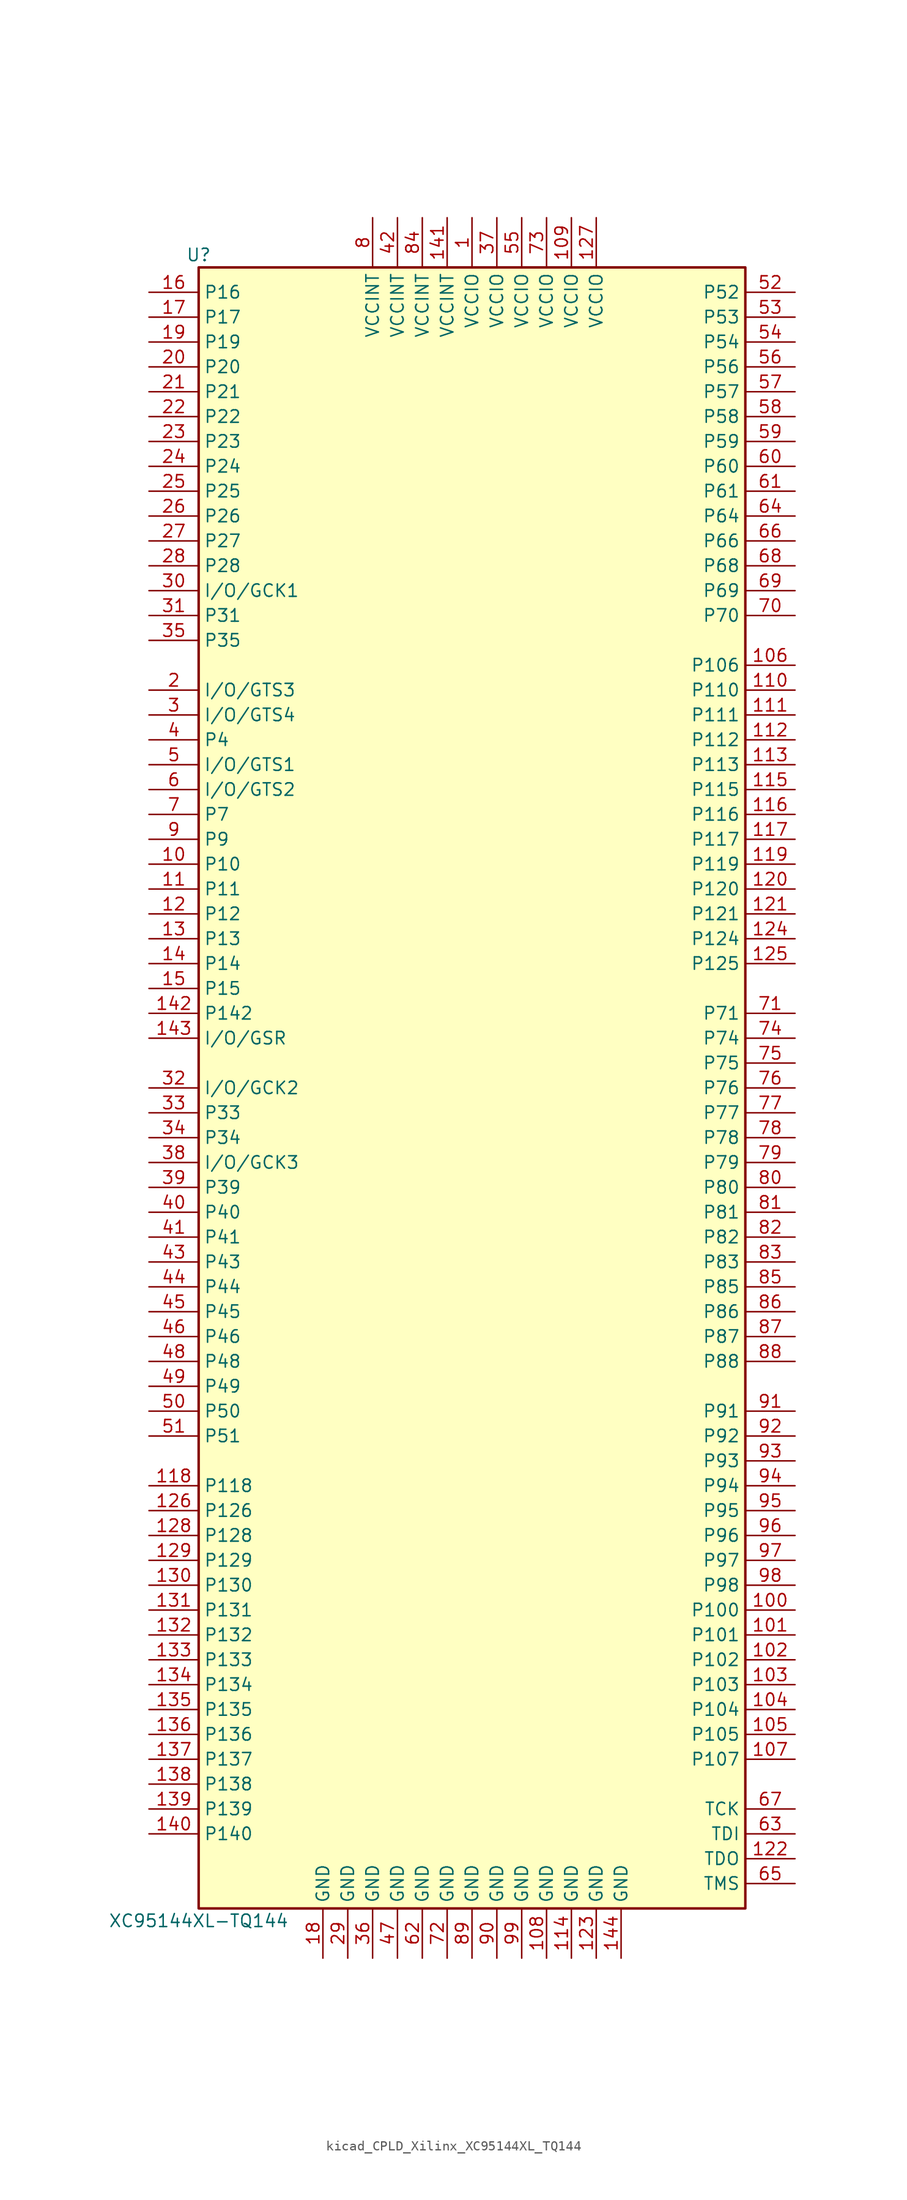
<source format=kicad_sym>
(kicad_symbol_lib
  (version 20220914)
  (generator kicad_symbol_editor)
  (symbol "kicad_CPLD_Xilinx_XC95144XL_TQ144"
    (property "Reference" "U"
      (at -27.94 85.09 0)
      (effects (font (size 1.27 1.27))))
    (property "Value" "XC95144XL-TQ144"
      (at -27.94 -85.09 0)
      (effects (font (size 1.27 1.27))))
    (symbol "kicad_CPLD_Xilinx_XC95144XL_TQ144_1_1"
      (rectangle (start -27.94 83.82) (end 27.94 -83.82) (stroke (width 0.254) (type default)) (fill (type background)))
      (pin power_in line (at 0 88.9 270) (length 5.08) (name "VCCIO" (effects (font (size 1.27 1.27)))) (number "1" (effects (font (size 1.27 1.27)))))
      (pin bidirectional line (at -33.02 22.86 0) (length 5.08) (name "P10" (effects (font (size 1.27 1.27)))) (number "10" (effects (font (size 1.27 1.27)))))
      (pin bidirectional line (at 33.02 -53.34 180) (length 5.08) (name "P100" (effects (font (size 1.27 1.27)))) (number "100" (effects (font (size 1.27 1.27)))))
      (pin bidirectional line (at 33.02 -55.88 180) (length 5.08) (name "P101" (effects (font (size 1.27 1.27)))) (number "101" (effects (font (size 1.27 1.27)))))
      (pin bidirectional line (at 33.02 -58.42 180) (length 5.08) (name "P102" (effects (font (size 1.27 1.27)))) (number "102" (effects (font (size 1.27 1.27)))))
      (pin bidirectional line (at 33.02 -60.96 180) (length 5.08) (name "P103" (effects (font (size 1.27 1.27)))) (number "103" (effects (font (size 1.27 1.27)))))
      (pin bidirectional line (at 33.02 -63.5 180) (length 5.08) (name "P104" (effects (font (size 1.27 1.27)))) (number "104" (effects (font (size 1.27 1.27)))))
      (pin bidirectional line (at 33.02 -66.04 180) (length 5.08) (name "P105" (effects (font (size 1.27 1.27)))) (number "105" (effects (font (size 1.27 1.27)))))
      (pin bidirectional line (at 33.02 43.18 180) (length 5.08) (name "P106" (effects (font (size 1.27 1.27)))) (number "106" (effects (font (size 1.27 1.27)))))
      (pin bidirectional line (at 33.02 -68.58 180) (length 5.08) (name "P107" (effects (font (size 1.27 1.27)))) (number "107" (effects (font (size 1.27 1.27)))))
      (pin power_in line (at 7.62 -88.9 90) (length 5.08) (name "GND" (effects (font (size 1.27 1.27)))) (number "108" (effects (font (size 1.27 1.27)))))
      (pin power_in line (at 10.16 88.9 270) (length 5.08) (name "VCCIO" (effects (font (size 1.27 1.27)))) (number "109" (effects (font (size 1.27 1.27)))))
      (pin bidirectional line (at -33.02 20.32 0) (length 5.08) (name "P11" (effects (font (size 1.27 1.27)))) (number "11" (effects (font (size 1.27 1.27)))))
      (pin bidirectional line (at 33.02 40.64 180) (length 5.08) (name "P110" (effects (font (size 1.27 1.27)))) (number "110" (effects (font (size 1.27 1.27)))))
      (pin bidirectional line (at 33.02 38.1 180) (length 5.08) (name "P111" (effects (font (size 1.27 1.27)))) (number "111" (effects (font (size 1.27 1.27)))))
      (pin bidirectional line (at 33.02 35.56 180) (length 5.08) (name "P112" (effects (font (size 1.27 1.27)))) (number "112" (effects (font (size 1.27 1.27)))))
      (pin bidirectional line (at 33.02 33.02 180) (length 5.08) (name "P113" (effects (font (size 1.27 1.27)))) (number "113" (effects (font (size 1.27 1.27)))))
      (pin power_in line (at 10.16 -88.9 90) (length 5.08) (name "GND" (effects (font (size 1.27 1.27)))) (number "114" (effects (font (size 1.27 1.27)))))
      (pin bidirectional line (at 33.02 30.48 180) (length 5.08) (name "P115" (effects (font (size 1.27 1.27)))) (number "115" (effects (font (size 1.27 1.27)))))
      (pin bidirectional line (at 33.02 27.94 180) (length 5.08) (name "P116" (effects (font (size 1.27 1.27)))) (number "116" (effects (font (size 1.27 1.27)))))
      (pin bidirectional line (at 33.02 25.4 180) (length 5.08) (name "P117" (effects (font (size 1.27 1.27)))) (number "117" (effects (font (size 1.27 1.27)))))
      (pin bidirectional line (at -33.02 -40.64 0) (length 5.08) (name "P118" (effects (font (size 1.27 1.27)))) (number "118" (effects (font (size 1.27 1.27)))))
      (pin bidirectional line (at 33.02 22.86 180) (length 5.08) (name "P119" (effects (font (size 1.27 1.27)))) (number "119" (effects (font (size 1.27 1.27)))))
      (pin bidirectional line (at -33.02 17.78 0) (length 5.08) (name "P12" (effects (font (size 1.27 1.27)))) (number "12" (effects (font (size 1.27 1.27)))))
      (pin bidirectional line (at 33.02 20.32 180) (length 5.08) (name "P120" (effects (font (size 1.27 1.27)))) (number "120" (effects (font (size 1.27 1.27)))))
      (pin bidirectional line (at 33.02 17.78 180) (length 5.08) (name "P121" (effects (font (size 1.27 1.27)))) (number "121" (effects (font (size 1.27 1.27)))))
      (pin bidirectional line (at 33.02 -78.74 180) (length 5.08) (name "TDO" (effects (font (size 1.27 1.27)))) (number "122" (effects (font (size 1.27 1.27)))))
      (pin power_in line (at 12.7 -88.9 90) (length 5.08) (name "GND" (effects (font (size 1.27 1.27)))) (number "123" (effects (font (size 1.27 1.27)))))
      (pin bidirectional line (at 33.02 15.24 180) (length 5.08) (name "P124" (effects (font (size 1.27 1.27)))) (number "124" (effects (font (size 1.27 1.27)))))
      (pin bidirectional line (at 33.02 12.7 180) (length 5.08) (name "P125" (effects (font (size 1.27 1.27)))) (number "125" (effects (font (size 1.27 1.27)))))
      (pin bidirectional line (at -33.02 -43.18 0) (length 5.08) (name "P126" (effects (font (size 1.27 1.27)))) (number "126" (effects (font (size 1.27 1.27)))))
      (pin power_in line (at 12.7 88.9 270) (length 5.08) (name "VCCIO" (effects (font (size 1.27 1.27)))) (number "127" (effects (font (size 1.27 1.27)))))
      (pin bidirectional line (at -33.02 -45.72 0) (length 5.08) (name "P128" (effects (font (size 1.27 1.27)))) (number "128" (effects (font (size 1.27 1.27)))))
      (pin bidirectional line (at -33.02 -48.26 0) (length 5.08) (name "P129" (effects (font (size 1.27 1.27)))) (number "129" (effects (font (size 1.27 1.27)))))
      (pin bidirectional line (at -33.02 15.24 0) (length 5.08) (name "P13" (effects (font (size 1.27 1.27)))) (number "13" (effects (font (size 1.27 1.27)))))
      (pin bidirectional line (at -33.02 -50.8 0) (length 5.08) (name "P130" (effects (font (size 1.27 1.27)))) (number "130" (effects (font (size 1.27 1.27)))))
      (pin bidirectional line (at -33.02 -53.34 0) (length 5.08) (name "P131" (effects (font (size 1.27 1.27)))) (number "131" (effects (font (size 1.27 1.27)))))
      (pin bidirectional line (at -33.02 -55.88 0) (length 5.08) (name "P132" (effects (font (size 1.27 1.27)))) (number "132" (effects (font (size 1.27 1.27)))))
      (pin bidirectional line (at -33.02 -58.42 0) (length 5.08) (name "P133" (effects (font (size 1.27 1.27)))) (number "133" (effects (font (size 1.27 1.27)))))
      (pin bidirectional line (at -33.02 -60.96 0) (length 5.08) (name "P134" (effects (font (size 1.27 1.27)))) (number "134" (effects (font (size 1.27 1.27)))))
      (pin bidirectional line (at -33.02 -63.5 0) (length 5.08) (name "P135" (effects (font (size 1.27 1.27)))) (number "135" (effects (font (size 1.27 1.27)))))
      (pin bidirectional line (at -33.02 -66.04 0) (length 5.08) (name "P136" (effects (font (size 1.27 1.27)))) (number "136" (effects (font (size 1.27 1.27)))))
      (pin bidirectional line (at -33.02 -68.58 0) (length 5.08) (name "P137" (effects (font (size 1.27 1.27)))) (number "137" (effects (font (size 1.27 1.27)))))
      (pin bidirectional line (at -33.02 -71.12 0) (length 5.08) (name "P138" (effects (font (size 1.27 1.27)))) (number "138" (effects (font (size 1.27 1.27)))))
      (pin bidirectional line (at -33.02 -73.66 0) (length 5.08) (name "P139" (effects (font (size 1.27 1.27)))) (number "139" (effects (font (size 1.27 1.27)))))
      (pin bidirectional line (at -33.02 12.7 0) (length 5.08) (name "P14" (effects (font (size 1.27 1.27)))) (number "14" (effects (font (size 1.27 1.27)))))
      (pin bidirectional line (at -33.02 -76.2 0) (length 5.08) (name "P140" (effects (font (size 1.27 1.27)))) (number "140" (effects (font (size 1.27 1.27)))))
      (pin power_in line (at -2.54 88.9 270) (length 5.08) (name "VCCINT" (effects (font (size 1.27 1.27)))) (number "141" (effects (font (size 1.27 1.27)))))
      (pin bidirectional line (at -33.02 7.62 0) (length 5.08) (name "P142" (effects (font (size 1.27 1.27)))) (number "142" (effects (font (size 1.27 1.27)))))
      (pin bidirectional line (at -33.02 5.08 0) (length 5.08) (name "I/O/GSR" (effects (font (size 1.27 1.27)))) (number "143" (effects (font (size 1.27 1.27)))))
      (pin power_in line (at 15.24 -88.9 90) (length 5.08) (name "GND" (effects (font (size 1.27 1.27)))) (number "144" (effects (font (size 1.27 1.27)))))
      (pin bidirectional line (at -33.02 10.16 0) (length 5.08) (name "P15" (effects (font (size 1.27 1.27)))) (number "15" (effects (font (size 1.27 1.27)))))
      (pin bidirectional line (at -33.02 81.28 0) (length 5.08) (name "P16" (effects (font (size 1.27 1.27)))) (number "16" (effects (font (size 1.27 1.27)))))
      (pin bidirectional line (at -33.02 78.74 0) (length 5.08) (name "P17" (effects (font (size 1.27 1.27)))) (number "17" (effects (font (size 1.27 1.27)))))
      (pin power_in line (at -15.24 -88.9 90) (length 5.08) (name "GND" (effects (font (size 1.27 1.27)))) (number "18" (effects (font (size 1.27 1.27)))))
      (pin bidirectional line (at -33.02 76.2 0) (length 5.08) (name "P19" (effects (font (size 1.27 1.27)))) (number "19" (effects (font (size 1.27 1.27)))))
      (pin bidirectional line (at -33.02 40.64 0) (length 5.08) (name "I/O/GTS3" (effects (font (size 1.27 1.27)))) (number "2" (effects (font (size 1.27 1.27)))))
      (pin bidirectional line (at -33.02 73.66 0) (length 5.08) (name "P20" (effects (font (size 1.27 1.27)))) (number "20" (effects (font (size 1.27 1.27)))))
      (pin bidirectional line (at -33.02 71.12 0) (length 5.08) (name "P21" (effects (font (size 1.27 1.27)))) (number "21" (effects (font (size 1.27 1.27)))))
      (pin bidirectional line (at -33.02 68.58 0) (length 5.08) (name "P22" (effects (font (size 1.27 1.27)))) (number "22" (effects (font (size 1.27 1.27)))))
      (pin bidirectional line (at -33.02 66.04 0) (length 5.08) (name "P23" (effects (font (size 1.27 1.27)))) (number "23" (effects (font (size 1.27 1.27)))))
      (pin bidirectional line (at -33.02 63.5 0) (length 5.08) (name "P24" (effects (font (size 1.27 1.27)))) (number "24" (effects (font (size 1.27 1.27)))))
      (pin bidirectional line (at -33.02 60.96 0) (length 5.08) (name "P25" (effects (font (size 1.27 1.27)))) (number "25" (effects (font (size 1.27 1.27)))))
      (pin bidirectional line (at -33.02 58.42 0) (length 5.08) (name "P26" (effects (font (size 1.27 1.27)))) (number "26" (effects (font (size 1.27 1.27)))))
      (pin bidirectional line (at -33.02 55.88 0) (length 5.08) (name "P27" (effects (font (size 1.27 1.27)))) (number "27" (effects (font (size 1.27 1.27)))))
      (pin bidirectional line (at -33.02 53.34 0) (length 5.08) (name "P28" (effects (font (size 1.27 1.27)))) (number "28" (effects (font (size 1.27 1.27)))))
      (pin power_in line (at -12.7 -88.9 90) (length 5.08) (name "GND" (effects (font (size 1.27 1.27)))) (number "29" (effects (font (size 1.27 1.27)))))
      (pin bidirectional line (at -33.02 38.1 0) (length 5.08) (name "I/O/GTS4" (effects (font (size 1.27 1.27)))) (number "3" (effects (font (size 1.27 1.27)))))
      (pin bidirectional line (at -33.02 50.8 0) (length 5.08) (name "I/O/GCK1" (effects (font (size 1.27 1.27)))) (number "30" (effects (font (size 1.27 1.27)))))
      (pin bidirectional line (at -33.02 48.26 0) (length 5.08) (name "P31" (effects (font (size 1.27 1.27)))) (number "31" (effects (font (size 1.27 1.27)))))
      (pin bidirectional line (at -33.02 0 0) (length 5.08) (name "I/O/GCK2" (effects (font (size 1.27 1.27)))) (number "32" (effects (font (size 1.27 1.27)))))
      (pin bidirectional line (at -33.02 -2.54 0) (length 5.08) (name "P33" (effects (font (size 1.27 1.27)))) (number "33" (effects (font (size 1.27 1.27)))))
      (pin bidirectional line (at -33.02 -5.08 0) (length 5.08) (name "P34" (effects (font (size 1.27 1.27)))) (number "34" (effects (font (size 1.27 1.27)))))
      (pin bidirectional line (at -33.02 45.72 0) (length 5.08) (name "P35" (effects (font (size 1.27 1.27)))) (number "35" (effects (font (size 1.27 1.27)))))
      (pin power_in line (at -10.16 -88.9 90) (length 5.08) (name "GND" (effects (font (size 1.27 1.27)))) (number "36" (effects (font (size 1.27 1.27)))))
      (pin power_in line (at 2.54 88.9 270) (length 5.08) (name "VCCIO" (effects (font (size 1.27 1.27)))) (number "37" (effects (font (size 1.27 1.27)))))
      (pin bidirectional line (at -33.02 -7.62 0) (length 5.08) (name "I/O/GCK3" (effects (font (size 1.27 1.27)))) (number "38" (effects (font (size 1.27 1.27)))))
      (pin bidirectional line (at -33.02 -10.16 0) (length 5.08) (name "P39" (effects (font (size 1.27 1.27)))) (number "39" (effects (font (size 1.27 1.27)))))
      (pin bidirectional line (at -33.02 35.56 0) (length 5.08) (name "P4" (effects (font (size 1.27 1.27)))) (number "4" (effects (font (size 1.27 1.27)))))
      (pin bidirectional line (at -33.02 -12.7 0) (length 5.08) (name "P40" (effects (font (size 1.27 1.27)))) (number "40" (effects (font (size 1.27 1.27)))))
      (pin bidirectional line (at -33.02 -15.24 0) (length 5.08) (name "P41" (effects (font (size 1.27 1.27)))) (number "41" (effects (font (size 1.27 1.27)))))
      (pin power_in line (at -7.62 88.9 270) (length 5.08) (name "VCCINT" (effects (font (size 1.27 1.27)))) (number "42" (effects (font (size 1.27 1.27)))))
      (pin bidirectional line (at -33.02 -17.78 0) (length 5.08) (name "P43" (effects (font (size 1.27 1.27)))) (number "43" (effects (font (size 1.27 1.27)))))
      (pin bidirectional line (at -33.02 -20.32 0) (length 5.08) (name "P44" (effects (font (size 1.27 1.27)))) (number "44" (effects (font (size 1.27 1.27)))))
      (pin bidirectional line (at -33.02 -22.86 0) (length 5.08) (name "P45" (effects (font (size 1.27 1.27)))) (number "45" (effects (font (size 1.27 1.27)))))
      (pin bidirectional line (at -33.02 -25.4 0) (length 5.08) (name "P46" (effects (font (size 1.27 1.27)))) (number "46" (effects (font (size 1.27 1.27)))))
      (pin power_in line (at -7.62 -88.9 90) (length 5.08) (name "GND" (effects (font (size 1.27 1.27)))) (number "47" (effects (font (size 1.27 1.27)))))
      (pin bidirectional line (at -33.02 -27.94 0) (length 5.08) (name "P48" (effects (font (size 1.27 1.27)))) (number "48" (effects (font (size 1.27 1.27)))))
      (pin bidirectional line (at -33.02 -30.48 0) (length 5.08) (name "P49" (effects (font (size 1.27 1.27)))) (number "49" (effects (font (size 1.27 1.27)))))
      (pin bidirectional line (at -33.02 33.02 0) (length 5.08) (name "I/O/GTS1" (effects (font (size 1.27 1.27)))) (number "5" (effects (font (size 1.27 1.27)))))
      (pin bidirectional line (at -33.02 -33.02 0) (length 5.08) (name "P50" (effects (font (size 1.27 1.27)))) (number "50" (effects (font (size 1.27 1.27)))))
      (pin bidirectional line (at -33.02 -35.56 0) (length 5.08) (name "P51" (effects (font (size 1.27 1.27)))) (number "51" (effects (font (size 1.27 1.27)))))
      (pin bidirectional line (at 33.02 81.28 180) (length 5.08) (name "P52" (effects (font (size 1.27 1.27)))) (number "52" (effects (font (size 1.27 1.27)))))
      (pin bidirectional line (at 33.02 78.74 180) (length 5.08) (name "P53" (effects (font (size 1.27 1.27)))) (number "53" (effects (font (size 1.27 1.27)))))
      (pin bidirectional line (at 33.02 76.2 180) (length 5.08) (name "P54" (effects (font (size 1.27 1.27)))) (number "54" (effects (font (size 1.27 1.27)))))
      (pin power_in line (at 5.08 88.9 270) (length 5.08) (name "VCCIO" (effects (font (size 1.27 1.27)))) (number "55" (effects (font (size 1.27 1.27)))))
      (pin bidirectional line (at 33.02 73.66 180) (length 5.08) (name "P56" (effects (font (size 1.27 1.27)))) (number "56" (effects (font (size 1.27 1.27)))))
      (pin bidirectional line (at 33.02 71.12 180) (length 5.08) (name "P57" (effects (font (size 1.27 1.27)))) (number "57" (effects (font (size 1.27 1.27)))))
      (pin bidirectional line (at 33.02 68.58 180) (length 5.08) (name "P58" (effects (font (size 1.27 1.27)))) (number "58" (effects (font (size 1.27 1.27)))))
      (pin bidirectional line (at 33.02 66.04 180) (length 5.08) (name "P59" (effects (font (size 1.27 1.27)))) (number "59" (effects (font (size 1.27 1.27)))))
      (pin bidirectional line (at -33.02 30.48 0) (length 5.08) (name "I/O/GTS2" (effects (font (size 1.27 1.27)))) (number "6" (effects (font (size 1.27 1.27)))))
      (pin bidirectional line (at 33.02 63.5 180) (length 5.08) (name "P60" (effects (font (size 1.27 1.27)))) (number "60" (effects (font (size 1.27 1.27)))))
      (pin bidirectional line (at 33.02 60.96 180) (length 5.08) (name "P61" (effects (font (size 1.27 1.27)))) (number "61" (effects (font (size 1.27 1.27)))))
      (pin power_in line (at -5.08 -88.9 90) (length 5.08) (name "GND" (effects (font (size 1.27 1.27)))) (number "62" (effects (font (size 1.27 1.27)))))
      (pin bidirectional line (at 33.02 -76.2 180) (length 5.08) (name "TDI" (effects (font (size 1.27 1.27)))) (number "63" (effects (font (size 1.27 1.27)))))
      (pin bidirectional line (at 33.02 58.42 180) (length 5.08) (name "P64" (effects (font (size 1.27 1.27)))) (number "64" (effects (font (size 1.27 1.27)))))
      (pin bidirectional line (at 33.02 -81.28 180) (length 5.08) (name "TMS" (effects (font (size 1.27 1.27)))) (number "65" (effects (font (size 1.27 1.27)))))
      (pin bidirectional line (at 33.02 55.88 180) (length 5.08) (name "P66" (effects (font (size 1.27 1.27)))) (number "66" (effects (font (size 1.27 1.27)))))
      (pin bidirectional line (at 33.02 -73.66 180) (length 5.08) (name "TCK" (effects (font (size 1.27 1.27)))) (number "67" (effects (font (size 1.27 1.27)))))
      (pin bidirectional line (at 33.02 53.34 180) (length 5.08) (name "P68" (effects (font (size 1.27 1.27)))) (number "68" (effects (font (size 1.27 1.27)))))
      (pin bidirectional line (at 33.02 50.8 180) (length 5.08) (name "P69" (effects (font (size 1.27 1.27)))) (number "69" (effects (font (size 1.27 1.27)))))
      (pin bidirectional line (at -33.02 27.94 0) (length 5.08) (name "P7" (effects (font (size 1.27 1.27)))) (number "7" (effects (font (size 1.27 1.27)))))
      (pin bidirectional line (at 33.02 48.26 180) (length 5.08) (name "P70" (effects (font (size 1.27 1.27)))) (number "70" (effects (font (size 1.27 1.27)))))
      (pin bidirectional line (at 33.02 7.62 180) (length 5.08) (name "P71" (effects (font (size 1.27 1.27)))) (number "71" (effects (font (size 1.27 1.27)))))
      (pin power_in line (at -2.54 -88.9 90) (length 5.08) (name "GND" (effects (font (size 1.27 1.27)))) (number "72" (effects (font (size 1.27 1.27)))))
      (pin power_in line (at 7.62 88.9 270) (length 5.08) (name "VCCIO" (effects (font (size 1.27 1.27)))) (number "73" (effects (font (size 1.27 1.27)))))
      (pin bidirectional line (at 33.02 5.08 180) (length 5.08) (name "P74" (effects (font (size 1.27 1.27)))) (number "74" (effects (font (size 1.27 1.27)))))
      (pin bidirectional line (at 33.02 2.54 180) (length 5.08) (name "P75" (effects (font (size 1.27 1.27)))) (number "75" (effects (font (size 1.27 1.27)))))
      (pin bidirectional line (at 33.02 0 180) (length 5.08) (name "P76" (effects (font (size 1.27 1.27)))) (number "76" (effects (font (size 1.27 1.27)))))
      (pin bidirectional line (at 33.02 -2.54 180) (length 5.08) (name "P77" (effects (font (size 1.27 1.27)))) (number "77" (effects (font (size 1.27 1.27)))))
      (pin bidirectional line (at 33.02 -5.08 180) (length 5.08) (name "P78" (effects (font (size 1.27 1.27)))) (number "78" (effects (font (size 1.27 1.27)))))
      (pin bidirectional line (at 33.02 -7.62 180) (length 5.08) (name "P79" (effects (font (size 1.27 1.27)))) (number "79" (effects (font (size 1.27 1.27)))))
      (pin power_in line (at -10.16 88.9 270) (length 5.08) (name "VCCINT" (effects (font (size 1.27 1.27)))) (number "8" (effects (font (size 1.27 1.27)))))
      (pin bidirectional line (at 33.02 -10.16 180) (length 5.08) (name "P80" (effects (font (size 1.27 1.27)))) (number "80" (effects (font (size 1.27 1.27)))))
      (pin bidirectional line (at 33.02 -12.7 180) (length 5.08) (name "P81" (effects (font (size 1.27 1.27)))) (number "81" (effects (font (size 1.27 1.27)))))
      (pin bidirectional line (at 33.02 -15.24 180) (length 5.08) (name "P82" (effects (font (size 1.27 1.27)))) (number "82" (effects (font (size 1.27 1.27)))))
      (pin bidirectional line (at 33.02 -17.78 180) (length 5.08) (name "P83" (effects (font (size 1.27 1.27)))) (number "83" (effects (font (size 1.27 1.27)))))
      (pin power_in line (at -5.08 88.9 270) (length 5.08) (name "VCCINT" (effects (font (size 1.27 1.27)))) (number "84" (effects (font (size 1.27 1.27)))))
      (pin bidirectional line (at 33.02 -20.32 180) (length 5.08) (name "P85" (effects (font (size 1.27 1.27)))) (number "85" (effects (font (size 1.27 1.27)))))
      (pin bidirectional line (at 33.02 -22.86 180) (length 5.08) (name "P86" (effects (font (size 1.27 1.27)))) (number "86" (effects (font (size 1.27 1.27)))))
      (pin bidirectional line (at 33.02 -25.4 180) (length 5.08) (name "P87" (effects (font (size 1.27 1.27)))) (number "87" (effects (font (size 1.27 1.27)))))
      (pin bidirectional line (at 33.02 -27.94 180) (length 5.08) (name "P88" (effects (font (size 1.27 1.27)))) (number "88" (effects (font (size 1.27 1.27)))))
      (pin power_in line (at 0 -88.9 90) (length 5.08) (name "GND" (effects (font (size 1.27 1.27)))) (number "89" (effects (font (size 1.27 1.27)))))
      (pin bidirectional line (at -33.02 25.4 0) (length 5.08) (name "P9" (effects (font (size 1.27 1.27)))) (number "9" (effects (font (size 1.27 1.27)))))
      (pin power_in line (at 2.54 -88.9 90) (length 5.08) (name "GND" (effects (font (size 1.27 1.27)))) (number "90" (effects (font (size 1.27 1.27)))))
      (pin bidirectional line (at 33.02 -33.02 180) (length 5.08) (name "P91" (effects (font (size 1.27 1.27)))) (number "91" (effects (font (size 1.27 1.27)))))
      (pin bidirectional line (at 33.02 -35.56 180) (length 5.08) (name "P92" (effects (font (size 1.27 1.27)))) (number "92" (effects (font (size 1.27 1.27)))))
      (pin bidirectional line (at 33.02 -38.1 180) (length 5.08) (name "P93" (effects (font (size 1.27 1.27)))) (number "93" (effects (font (size 1.27 1.27)))))
      (pin bidirectional line (at 33.02 -40.64 180) (length 5.08) (name "P94" (effects (font (size 1.27 1.27)))) (number "94" (effects (font (size 1.27 1.27)))))
      (pin bidirectional line (at 33.02 -43.18 180) (length 5.08) (name "P95" (effects (font (size 1.27 1.27)))) (number "95" (effects (font (size 1.27 1.27)))))
      (pin bidirectional line (at 33.02 -45.72 180) (length 5.08) (name "P96" (effects (font (size 1.27 1.27)))) (number "96" (effects (font (size 1.27 1.27)))))
      (pin bidirectional line (at 33.02 -48.26 180) (length 5.08) (name "P97" (effects (font (size 1.27 1.27)))) (number "97" (effects (font (size 1.27 1.27)))))
      (pin bidirectional line (at 33.02 -50.8 180) (length 5.08) (name "P98" (effects (font (size 1.27 1.27)))) (number "98" (effects (font (size 1.27 1.27)))))
      (pin power_in line (at 5.08 -88.9 90) (length 5.08) (name "GND" (effects (font (size 1.27 1.27)))) (number "99" (effects (font (size 1.27 1.27))))))))
</source>
